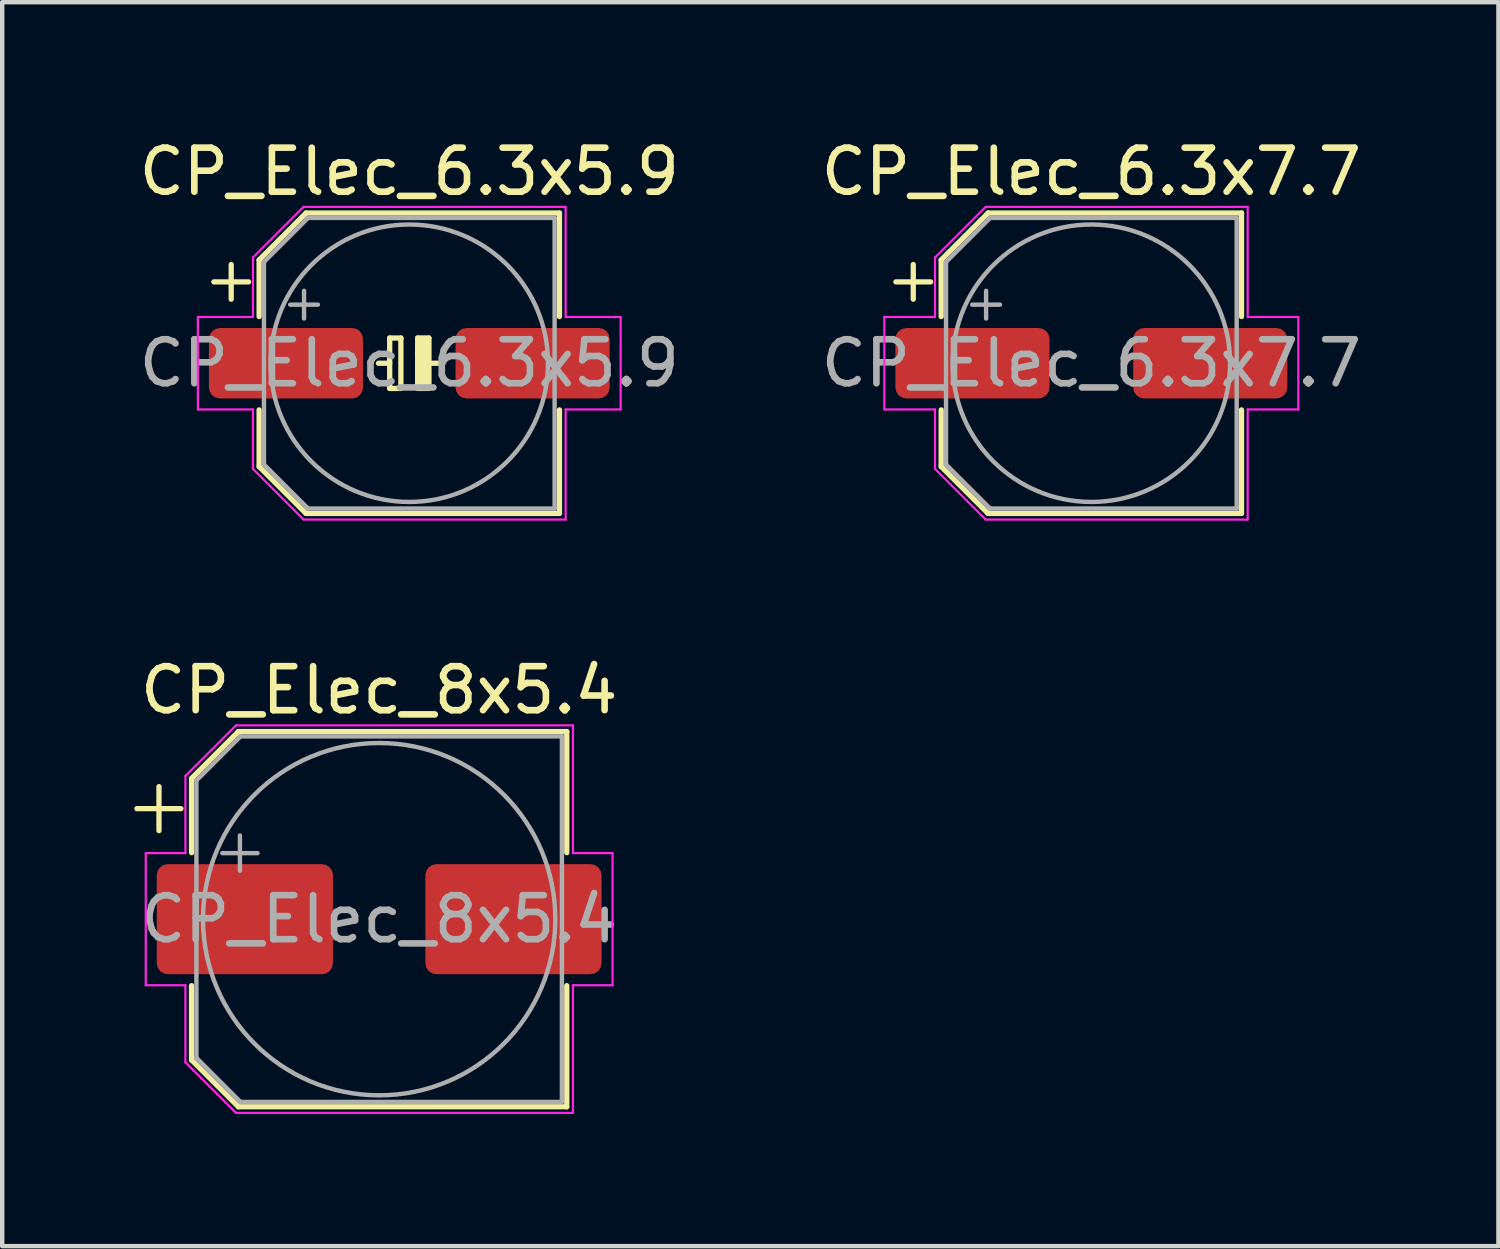
<source format=kicad_pcb>
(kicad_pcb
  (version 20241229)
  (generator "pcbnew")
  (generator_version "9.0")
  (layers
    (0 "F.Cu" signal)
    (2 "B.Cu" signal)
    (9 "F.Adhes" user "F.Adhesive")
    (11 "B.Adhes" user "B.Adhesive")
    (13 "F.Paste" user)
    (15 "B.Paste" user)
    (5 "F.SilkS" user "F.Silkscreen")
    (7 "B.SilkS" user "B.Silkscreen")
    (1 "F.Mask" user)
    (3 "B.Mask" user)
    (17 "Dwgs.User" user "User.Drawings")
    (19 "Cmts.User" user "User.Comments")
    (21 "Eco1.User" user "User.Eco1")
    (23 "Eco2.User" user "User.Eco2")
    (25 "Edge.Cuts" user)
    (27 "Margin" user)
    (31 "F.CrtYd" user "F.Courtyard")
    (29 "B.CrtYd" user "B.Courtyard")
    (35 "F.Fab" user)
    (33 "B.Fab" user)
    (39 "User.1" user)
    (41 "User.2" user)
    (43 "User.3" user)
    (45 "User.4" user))
  (footprint "CP_Elec_8x5.4"
    (layer "F.Cu")
    (at 5.56 17.822)
    (property "Reference" "CP_Elec_8x5.4" (at 0 -5.2 0) (layer "F.SilkS") (effects (font (size 1 1) (thickness 0.15))))
    (attr smd)
    (fp_line (start -5.5 -2.51) (end -4.5 -2.51) (stroke (width 0.12) (type solid)) (layer "F.SilkS"))
    (fp_line (start -5 -3.01) (end -5 -2.01) (stroke (width 0.12) (type solid)) (layer "F.SilkS"))
    (fp_line (start -4.26 -3.196) (end -4.26 -1.51) (stroke (width 0.12) (type solid)) (layer "F.SilkS"))
    (fp_line (start -4.26 -3.196) (end -3.196 -4.26) (stroke (width 0.12) (type solid)) (layer "F.SilkS"))
    (fp_line (start -4.26 3.196) (end -4.26 1.51) (stroke (width 0.12) (type solid)) (layer "F.SilkS"))
    (fp_line (start -4.26 3.196) (end -3.196 4.26) (stroke (width 0.12) (type solid)) (layer "F.SilkS"))
    (fp_line (start -3.196 -4.26) (end 4.26 -4.26) (stroke (width 0.12) (type solid)) (layer "F.SilkS"))
    (fp_line (start -3.196 4.26) (end 4.26 4.26) (stroke (width 0.12) (type solid)) (layer "F.SilkS"))
    (fp_line (start 4.26 -4.26) (end 4.26 -1.51) (stroke (width 0.12) (type solid)) (layer "F.SilkS"))
    (fp_line (start 4.26 4.26) (end 4.26 1.51) (stroke (width 0.12) (type solid)) (layer "F.SilkS"))
    (fp_line (start -5.3 -1.5) (end -5.3 1.5) (stroke (width 0.05) (type solid)) (layer "F.CrtYd"))
    (fp_line (start -5.3 1.5) (end -4.4 1.5) (stroke (width 0.05) (type solid)) (layer "F.CrtYd"))
    (fp_line (start -4.4 -3.25) (end -4.4 -1.5) (stroke (width 0.05) (type solid)) (layer "F.CrtYd"))
    (fp_line (start -4.4 -3.25) (end -3.25 -4.4) (stroke (width 0.05) (type solid)) (layer "F.CrtYd"))
    (fp_line (start -4.4 -1.5) (end -5.3 -1.5) (stroke (width 0.05) (type solid)) (layer "F.CrtYd"))
    (fp_line (start -4.4 1.5) (end -4.4 3.25) (stroke (width 0.05) (type solid)) (layer "F.CrtYd"))
    (fp_line (start -4.4 3.25) (end -3.25 4.4) (stroke (width 0.05) (type solid)) (layer "F.CrtYd"))
    (fp_line (start -3.25 -4.4) (end 4.4 -4.4) (stroke (width 0.05) (type solid)) (layer "F.CrtYd"))
    (fp_line (start -3.25 4.4) (end 4.4 4.4) (stroke (width 0.05) (type solid)) (layer "F.CrtYd"))
    (fp_line (start 4.4 -4.4) (end 4.4 -1.5) (stroke (width 0.05) (type solid)) (layer "F.CrtYd"))
    (fp_line (start 4.4 -1.5) (end 5.3 -1.5) (stroke (width 0.05) (type solid)) (layer "F.CrtYd"))
    (fp_line (start 4.4 1.5) (end 4.4 4.4) (stroke (width 0.05) (type solid)) (layer "F.CrtYd"))
    (fp_line (start 5.3 -1.5) (end 5.3 1.5) (stroke (width 0.05) (type solid)) (layer "F.CrtYd"))
    (fp_line (start 5.3 1.5) (end 4.4 1.5) (stroke (width 0.05) (type solid)) (layer "F.CrtYd"))
    (fp_line (start -4.15 -3.15) (end -4.15 3.15) (stroke (width 0.1) (type solid)) (layer "F.Fab"))
    (fp_line (start -4.15 -3.15) (end -3.15 -4.15) (stroke (width 0.1) (type solid)) (layer "F.Fab"))
    (fp_line (start -4.15 3.15) (end -3.15 4.15) (stroke (width 0.1) (type solid)) (layer "F.Fab"))
    (fp_line (start -3.562 -1.5) (end -2.762 -1.5) (stroke (width 0.1) (type solid)) (layer "F.Fab"))
    (fp_line (start -3.162 -1.9) (end -3.162 -1.1) (stroke (width 0.1) (type solid)) (layer "F.Fab"))
    (fp_line (start -3.15 -4.15) (end 4.15 -4.15) (stroke (width 0.1) (type solid)) (layer "F.Fab"))
    (fp_line (start -3.15 4.15) (end 4.15 4.15) (stroke (width 0.1) (type solid)) (layer "F.Fab"))
    (fp_line (start 4.15 -4.15) (end 4.15 4.15) (stroke (width 0.1) (type solid)) (layer "F.Fab"))
    (fp_circle (center 0 0) (end 4 0) (stroke (width 0.1) (type solid)) (fill no) (layer "F.Fab"))
    (fp_text user "${REFERENCE}" (at 0 0 0) (layer "F.Fab") (effects (font (size 1 1) (thickness 0.15))))
    (pad "1" smd roundrect (at -3.05 0) (size 4 2.5) (layers "F.Cu" "F.Mask" "F.Paste") (roundrect_rratio 0.1))
    (pad "2" smd roundrect (at 3.05 0) (size 4 2.5) (layers "F.Cu" "F.Mask" "F.Paste") (roundrect_rratio 0.1)))
  (footprint "CP_Elec_6.3x7.7"
    (layer "F.Cu")
    (at 21.732 5.198)
    (property "Reference" "CP_Elec_6.3x7.7" (at 0 -4.35 0) (layer "F.SilkS") (effects (font (size 1 1) (thickness 0.15))))
    (attr smd)
    (fp_line (start -4.438 -1.847) (end -3.65 -1.847) (stroke (width 0.12) (type solid)) (layer "F.SilkS"))
    (fp_line (start -4.044 -2.241) (end -4.044 -1.454) (stroke (width 0.12) (type solid)) (layer "F.SilkS"))
    (fp_line (start -3.41 -2.346) (end -3.41 -1.06) (stroke (width 0.12) (type solid)) (layer "F.SilkS"))
    (fp_line (start -3.41 -2.346) (end -2.346 -3.41) (stroke (width 0.12) (type solid)) (layer "F.SilkS"))
    (fp_line (start -3.41 2.346) (end -3.41 1.06) (stroke (width 0.12) (type solid)) (layer "F.SilkS"))
    (fp_line (start -3.41 2.346) (end -2.346 3.41) (stroke (width 0.12) (type solid)) (layer "F.SilkS"))
    (fp_line (start -2.346 -3.41) (end 3.41 -3.41) (stroke (width 0.12) (type solid)) (layer "F.SilkS"))
    (fp_line (start -2.346 3.41) (end 3.41 3.41) (stroke (width 0.12) (type solid)) (layer "F.SilkS"))
    (fp_line (start 3.41 -3.41) (end 3.41 -1.06) (stroke (width 0.12) (type solid)) (layer "F.SilkS"))
    (fp_line (start 3.41 3.41) (end 3.41 1.06) (stroke (width 0.12) (type solid)) (layer "F.SilkS"))
    (fp_line (start -4.7 -1.05) (end -4.7 1.05) (stroke (width 0.05) (type solid)) (layer "F.CrtYd"))
    (fp_line (start -4.7 1.05) (end -3.55 1.05) (stroke (width 0.05) (type solid)) (layer "F.CrtYd"))
    (fp_line (start -3.55 -2.4) (end -3.55 -1.05) (stroke (width 0.05) (type solid)) (layer "F.CrtYd"))
    (fp_line (start -3.55 -2.4) (end -2.4 -3.55) (stroke (width 0.05) (type solid)) (layer "F.CrtYd"))
    (fp_line (start -3.55 -1.05) (end -4.7 -1.05) (stroke (width 0.05) (type solid)) (layer "F.CrtYd"))
    (fp_line (start -3.55 1.05) (end -3.55 2.4) (stroke (width 0.05) (type solid)) (layer "F.CrtYd"))
    (fp_line (start -3.55 2.4) (end -2.4 3.55) (stroke (width 0.05) (type solid)) (layer "F.CrtYd"))
    (fp_line (start -2.4 -3.55) (end 3.55 -3.55) (stroke (width 0.05) (type solid)) (layer "F.CrtYd"))
    (fp_line (start -2.4 3.55) (end 3.55 3.55) (stroke (width 0.05) (type solid)) (layer "F.CrtYd"))
    (fp_line (start 3.55 -3.55) (end 3.55 -1.05) (stroke (width 0.05) (type solid)) (layer "F.CrtYd"))
    (fp_line (start 3.55 -1.05) (end 4.7 -1.05) (stroke (width 0.05) (type solid)) (layer "F.CrtYd"))
    (fp_line (start 3.55 1.05) (end 3.55 3.55) (stroke (width 0.05) (type solid)) (layer "F.CrtYd"))
    (fp_line (start 4.7 -1.05) (end 4.7 1.05) (stroke (width 0.05) (type solid)) (layer "F.CrtYd"))
    (fp_line (start 4.7 1.05) (end 3.55 1.05) (stroke (width 0.05) (type solid)) (layer "F.CrtYd"))
    (fp_line (start -3.3 -2.3) (end -3.3 2.3) (stroke (width 0.1) (type solid)) (layer "F.Fab"))
    (fp_line (start -3.3 -2.3) (end -2.3 -3.3) (stroke (width 0.1) (type solid)) (layer "F.Fab"))
    (fp_line (start -3.3 2.3) (end -2.3 3.3) (stroke (width 0.1) (type solid)) (layer "F.Fab"))
    (fp_line (start -2.705 -1.33) (end -2.075 -1.33) (stroke (width 0.1) (type solid)) (layer "F.Fab"))
    (fp_line (start -2.39 -1.645) (end -2.39 -1.015) (stroke (width 0.1) (type solid)) (layer "F.Fab"))
    (fp_line (start -2.3 -3.3) (end 3.3 -3.3) (stroke (width 0.1) (type solid)) (layer "F.Fab"))
    (fp_line (start -2.3 3.3) (end 3.3 3.3) (stroke (width 0.1) (type solid)) (layer "F.Fab"))
    (fp_line (start 3.3 -3.3) (end 3.3 3.3) (stroke (width 0.1) (type solid)) (layer "F.Fab"))
    (fp_circle (center 0 0) (end 3.15 0) (stroke (width 0.1) (type solid)) (fill no) (layer "F.Fab"))
    (fp_text user "${REFERENCE}" (at 0 0 0) (layer "F.Fab") (effects (font (size 1 1) (thickness 0.15))))
    (pad "1" smd roundrect (at -2.7 0) (size 3.5 1.6) (layers "F.Cu" "F.Mask" "F.Paste") (roundrect_rratio 0.156))
    (pad "2" smd roundrect (at 2.7 0) (size 3.5 1.6) (layers "F.Cu" "F.Mask" "F.Paste") (roundrect_rratio 0.156)))
  (footprint "CP_Elec_6.3x5.9"
    (layer "F.Cu")
    (at 6.244 5.198)
    (property "Reference" "CP_Elec_6.3x5.9" (at 0 -4.35 0) (layer "F.SilkS") (effects (font (size 1 1) (thickness 0.15))))
    (attr smd)
    (fp_line (start -4.438 -1.847) (end -3.65 -1.847) (stroke (width 0.12) (type solid)) (layer "F.SilkS"))
    (fp_line (start -4.044 -2.241) (end -4.044 -1.454) (stroke (width 0.12) (type solid)) (layer "F.SilkS"))
    (fp_line (start -3.41 -2.346) (end -3.41 -1.06) (stroke (width 0.12) (type solid)) (layer "F.SilkS"))
    (fp_line (start -3.41 -2.346) (end -2.346 -3.41) (stroke (width 0.12) (type solid)) (layer "F.SilkS"))
    (fp_line (start -3.41 2.346) (end -3.41 1.06) (stroke (width 0.12) (type solid)) (layer "F.SilkS"))
    (fp_line (start -3.41 2.346) (end -2.346 3.41) (stroke (width 0.12) (type solid)) (layer "F.SilkS"))
    (fp_line (start -2.346 -3.41) (end 3.41 -3.41) (stroke (width 0.12) (type solid)) (layer "F.SilkS"))
    (fp_line (start -2.346 3.41) (end 3.41 3.41) (stroke (width 0.12) (type solid)) (layer "F.SilkS"))
    (fp_line (start -0.445 -0.572) (end -0.191 -0.572) (stroke (width 0.12) (type solid)) (layer "F.SilkS"))
    (fp_line (start -0.445 0) (end -0.699 0) (stroke (width 0.12) (type solid)) (layer "F.SilkS"))
    (fp_line (start -0.445 0.572) (end -0.445 -0.572) (stroke (width 0.12) (type solid)) (layer "F.SilkS"))
    (fp_line (start -0.191 -0.572) (end -0.191 0.572) (stroke (width 0.12) (type solid)) (layer "F.SilkS"))
    (fp_line (start -0.191 0.572) (end -0.445 0.572) (stroke (width 0.12) (type solid)) (layer "F.SilkS"))
    (fp_line (start 0.191 -0.572) (end 0.191 -0.191) (stroke (width 0.12) (type solid)) (layer "F.SilkS"))
    (fp_line (start 0.191 -0.572) (end 0.445 -0.572) (stroke (width 0.12) (type solid)) (layer "F.SilkS"))
    (fp_line (start 0.191 -0.254) (end 0.191 0.572) (stroke (width 0.12) (type solid)) (layer "F.SilkS"))
    (fp_line (start 0.445 0) (end 0.699 0) (stroke (width 0.12) (type solid)) (layer "F.SilkS"))
    (fp_line (start 0.445 0.572) (end 0.191 0.572) (stroke (width 0.12) (type solid)) (layer "F.SilkS"))
    (fp_line (start 0.445 0.572) (end 0.445 -0.572) (stroke (width 0.12) (type solid)) (layer "F.SilkS"))
    (fp_line (start 3.41 -3.41) (end 3.41 -1.06) (stroke (width 0.12) (type solid)) (layer "F.SilkS"))
    (fp_line (start 3.41 3.41) (end 3.41 1.06) (stroke (width 0.12) (type solid)) (layer "F.SilkS"))
    (fp_poly (pts (xy 0.445 0.572) (xy 0.191 0.572) (xy 0.191 -0.572) (xy 0.445 -0.572)) (stroke (width 0.1) (type solid)) (fill yes) (layer "F.SilkS"))
    (fp_line (start -4.8 -1.05) (end -4.8 1.05) (stroke (width 0.05) (type solid)) (layer "F.CrtYd"))
    (fp_line (start -4.8 1.05) (end -3.55 1.05) (stroke (width 0.05) (type solid)) (layer "F.CrtYd"))
    (fp_line (start -3.55 -2.4) (end -3.55 -1.05) (stroke (width 0.05) (type solid)) (layer "F.CrtYd"))
    (fp_line (start -3.55 -2.4) (end -2.4 -3.55) (stroke (width 0.05) (type solid)) (layer "F.CrtYd"))
    (fp_line (start -3.55 -1.05) (end -4.8 -1.05) (stroke (width 0.05) (type solid)) (layer "F.CrtYd"))
    (fp_line (start -3.55 1.05) (end -3.55 2.4) (stroke (width 0.05) (type solid)) (layer "F.CrtYd"))
    (fp_line (start -3.55 2.4) (end -2.4 3.55) (stroke (width 0.05) (type solid)) (layer "F.CrtYd"))
    (fp_line (start -2.4 -3.55) (end 3.55 -3.55) (stroke (width 0.05) (type solid)) (layer "F.CrtYd"))
    (fp_line (start -2.4 3.55) (end 3.55 3.55) (stroke (width 0.05) (type solid)) (layer "F.CrtYd"))
    (fp_line (start 3.55 -3.55) (end 3.55 -1.05) (stroke (width 0.05) (type solid)) (layer "F.CrtYd"))
    (fp_line (start 3.55 -1.05) (end 4.8 -1.05) (stroke (width 0.05) (type solid)) (layer "F.CrtYd"))
    (fp_line (start 3.55 1.05) (end 3.55 3.55) (stroke (width 0.05) (type solid)) (layer "F.CrtYd"))
    (fp_line (start 4.8 -1.05) (end 4.8 1.05) (stroke (width 0.05) (type solid)) (layer "F.CrtYd"))
    (fp_line (start 4.8 1.05) (end 3.55 1.05) (stroke (width 0.05) (type solid)) (layer "F.CrtYd"))
    (fp_line (start -3.3 -2.3) (end -3.3 2.3) (stroke (width 0.1) (type solid)) (layer "F.Fab"))
    (fp_line (start -3.3 -2.3) (end -2.3 -3.3) (stroke (width 0.1) (type solid)) (layer "F.Fab"))
    (fp_line (start -3.3 2.3) (end -2.3 3.3) (stroke (width 0.1) (type solid)) (layer "F.Fab"))
    (fp_line (start -2.705 -1.33) (end -2.075 -1.33) (stroke (width 0.1) (type solid)) (layer "F.Fab"))
    (fp_line (start -2.39 -1.645) (end -2.39 -1.015) (stroke (width 0.1) (type solid)) (layer "F.Fab"))
    (fp_line (start -2.3 -3.3) (end 3.3 -3.3) (stroke (width 0.1) (type solid)) (layer "F.Fab"))
    (fp_line (start -2.3 3.3) (end 3.3 3.3) (stroke (width 0.1) (type solid)) (layer "F.Fab"))
    (fp_line (start 3.3 -3.3) (end 3.3 3.3) (stroke (width 0.1) (type solid)) (layer "F.Fab"))
    (fp_circle (center 0 0) (end 3.15 0) (stroke (width 0.1) (type solid)) (fill no) (layer "F.Fab"))
    (fp_text user "${REFERENCE}" (at 0 0 0) (layer "F.Fab") (effects (font (size 1 1) (thickness 0.15))))
    (pad "1" smd roundrect (at -2.8 0) (size 3.5 1.6) (layers "F.Cu" "F.Mask" "F.Paste") (roundrect_rratio 0.156))
    (pad "2" smd roundrect (at 2.8 0) (size 3.5 1.6) (layers "F.Cu" "F.Mask" "F.Paste") (roundrect_rratio 0.156)))
  (gr_rect
    (start -3 -3)
    (end 30.976 25.247)
    (stroke (width 0.1) (type default))
    (fill no)
    (layer "Edge.Cuts")))
</source>
